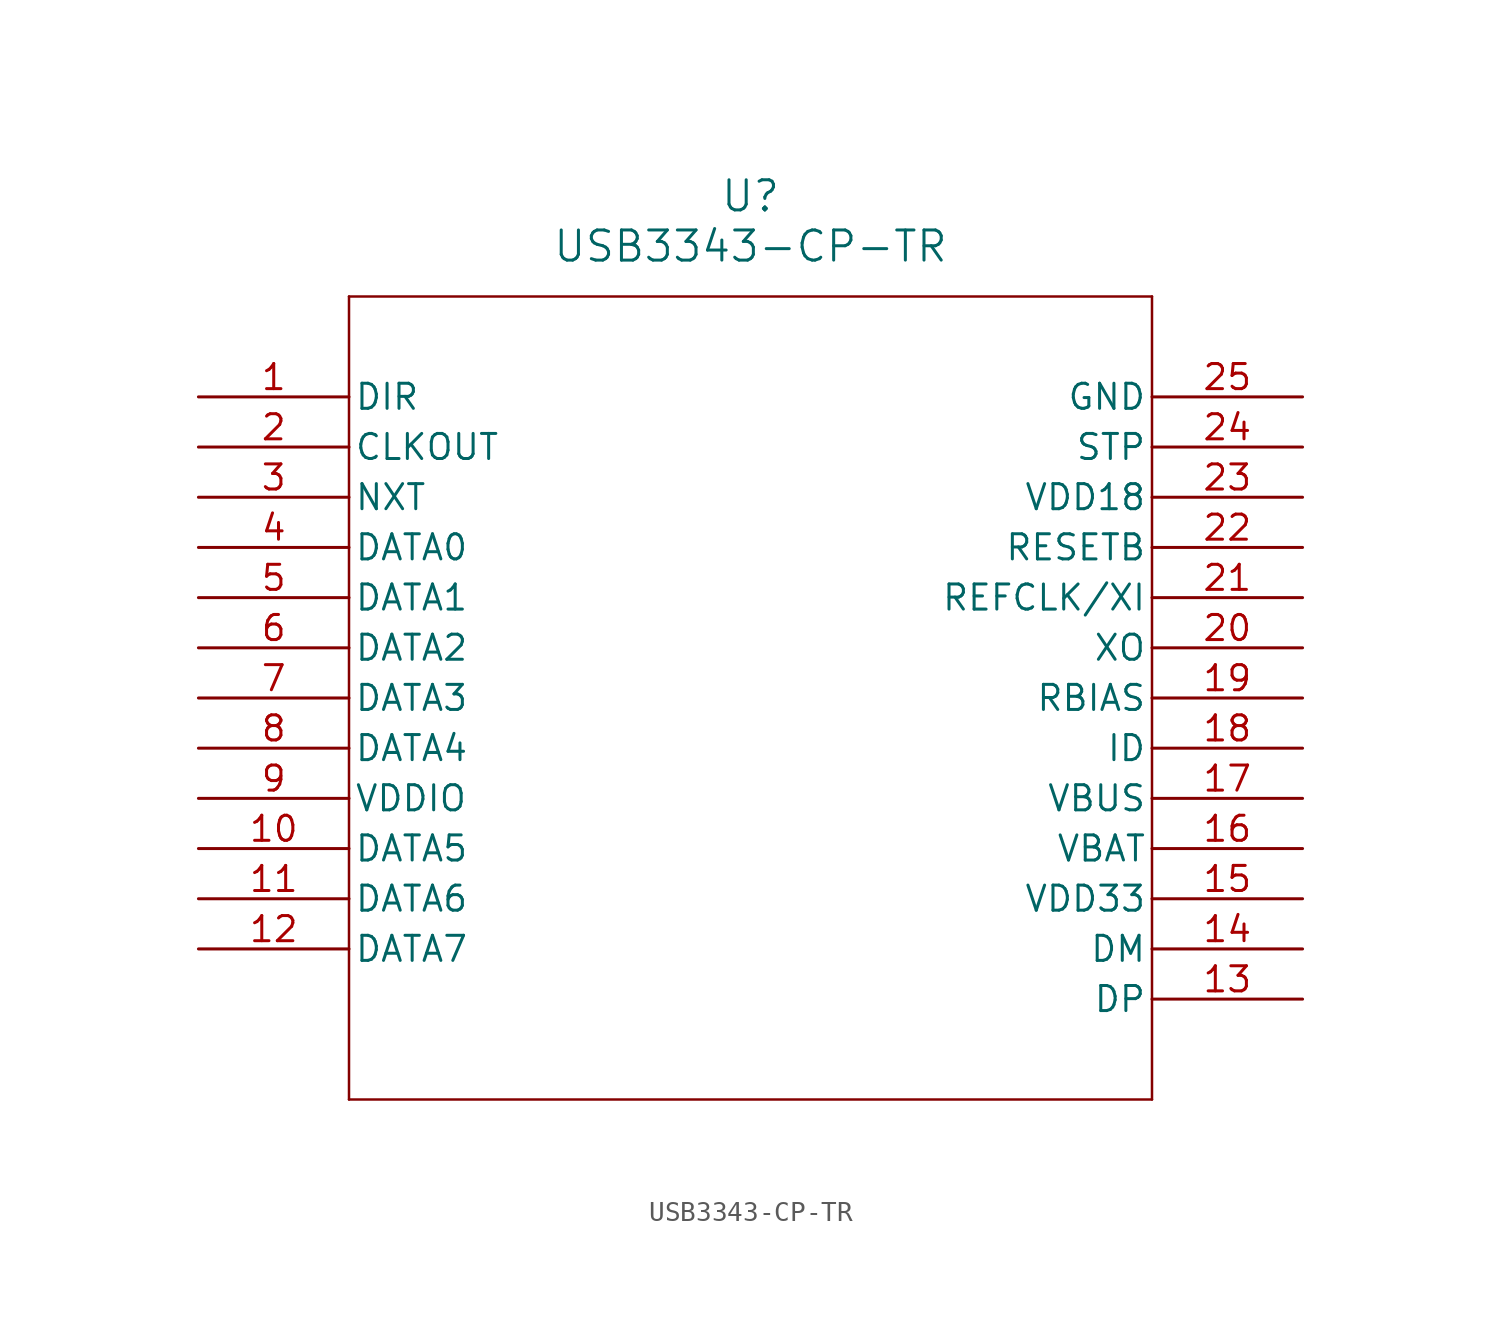
<source format=kicad_sym>
(kicad_symbol_lib
  (version 20211014)
  (generator kicad_symbol_editor)
  (symbol "USB3343-CP-TR"
    (pin_names
      (offset 0.254))
    (property "Reference" "U"
      (at 27.94 10.16 0)
      (effects (font (size 1.524 1.524))))
    (property "Value" "USB3343-CP-TR"
      (at 27.94 7.62 0)
      (effects (font (size 1.524 1.524))))
    (symbol "USB3343-CP-TR_0_1"
      (polyline (pts (xy 7.62 5.08) (xy 7.62 -35.56)) (stroke (width 0.127) (type default) (color 0 0 0 0)) (fill (type none)))
      (polyline (pts (xy 7.62 -35.56) (xy 48.26 -35.56)) (stroke (width 0.127) (type default) (color 0 0 0 0)) (fill (type none)))
      (polyline (pts (xy 48.26 -35.56) (xy 48.26 5.08)) (stroke (width 0.127) (type default) (color 0 0 0 0)) (fill (type none)))
      (polyline (pts (xy 48.26 5.08) (xy 7.62 5.08)) (stroke (width 0.127) (type default) (color 0 0 0 0)) (fill (type none)))
      (pin output line (at 0 0 0) (length 7.62) (name "DIR" (effects (font (size 1.27 1.27)))) (number "1" (effects (font (size 1.27 1.27)))))
      (pin output line (at 0 -2.54 0) (length 7.62) (name "CLKOUT" (effects (font (size 1.27 1.27)))) (number "2" (effects (font (size 1.27 1.27)))))
      (pin output line (at 0 -5.08 0) (length 7.62) (name "NXT" (effects (font (size 1.27 1.27)))) (number "3" (effects (font (size 1.27 1.27)))))
      (pin bidirectional line (at 0 -7.62 0) (length 7.62) (name "DATA0" (effects (font (size 1.27 1.27)))) (number "4" (effects (font (size 1.27 1.27)))))
      (pin bidirectional line (at 0 -10.16 0) (length 7.62) (name "DATA1" (effects (font (size 1.27 1.27)))) (number "5" (effects (font (size 1.27 1.27)))))
      (pin bidirectional line (at 0 -12.7 0) (length 7.62) (name "DATA2" (effects (font (size 1.27 1.27)))) (number "6" (effects (font (size 1.27 1.27)))))
      (pin bidirectional line (at 0 -15.24 0) (length 7.62) (name "DATA3" (effects (font (size 1.27 1.27)))) (number "7" (effects (font (size 1.27 1.27)))))
      (pin bidirectional line (at 0 -17.78 0) (length 7.62) (name "DATA4" (effects (font (size 1.27 1.27)))) (number "8" (effects (font (size 1.27 1.27)))))
      (pin power_in line (at 0 -20.32 0) (length 7.62) (name "VDDIO" (effects (font (size 1.27 1.27)))) (number "9" (effects (font (size 1.27 1.27)))))
      (pin bidirectional line (at 0 -22.86 0) (length 7.62) (name "DATA5" (effects (font (size 1.27 1.27)))) (number "10" (effects (font (size 1.27 1.27)))))
      (pin bidirectional line (at 0 -25.4 0) (length 7.62) (name "DATA6" (effects (font (size 1.27 1.27)))) (number "11" (effects (font (size 1.27 1.27)))))
      (pin bidirectional line (at 0 -27.94 0) (length 7.62) (name "DATA7" (effects (font (size 1.27 1.27)))) (number "12" (effects (font (size 1.27 1.27)))))
      (pin bidirectional line (at 55.88 -30.48 180) (length 7.62) (name "DP" (effects (font (size 1.27 1.27)))) (number "13" (effects (font (size 1.27 1.27)))))
      (pin bidirectional line (at 55.88 -27.94 180) (length 7.62) (name "DM" (effects (font (size 1.27 1.27)))) (number "14" (effects (font (size 1.27 1.27)))))
      (pin power_in line (at 55.88 -25.4 180) (length 7.62) (name "VDD33" (effects (font (size 1.27 1.27)))) (number "15" (effects (font (size 1.27 1.27)))))
      (pin power_in line (at 55.88 -22.86 180) (length 7.62) (name "VBAT" (effects (font (size 1.27 1.27)))) (number "16" (effects (font (size 1.27 1.27)))))
      (pin bidirectional line (at 55.88 -20.32 180) (length 7.62) (name "VBUS" (effects (font (size 1.27 1.27)))) (number "17" (effects (font (size 1.27 1.27)))))
      (pin input line (at 55.88 -17.78 180) (length 7.62) (name "ID" (effects (font (size 1.27 1.27)))) (number "18" (effects (font (size 1.27 1.27)))))
      (pin unspecified line (at 55.88 -15.24 180) (length 7.62) (name "RBIAS" (effects (font (size 1.27 1.27)))) (number "19" (effects (font (size 1.27 1.27)))))
      (pin output line (at 55.88 -12.7 180) (length 7.62) (name "XO" (effects (font (size 1.27 1.27)))) (number "20" (effects (font (size 1.27 1.27)))))
      (pin input line (at 55.88 -10.16 180) (length 7.62) (name "REFCLK/XI" (effects (font (size 1.27 1.27)))) (number "21" (effects (font (size 1.27 1.27)))))
      (pin input line (at 55.88 -7.62 180) (length 7.62) (name "RESETB" (effects (font (size 1.27 1.27)))) (number "22" (effects (font (size 1.27 1.27)))))
      (pin power_in line (at 55.88 -5.08 180) (length 7.62) (name "VDD18" (effects (font (size 1.27 1.27)))) (number "23" (effects (font (size 1.27 1.27)))))
      (pin input line (at 55.88 -2.54 180) (length 7.62) (name "STP" (effects (font (size 1.27 1.27)))) (number "24" (effects (font (size 1.27 1.27)))))
      (pin power_out line (at 55.88 0 180) (length 7.62) (name "GND" (effects (font (size 1.27 1.27)))) (number "25" (effects (font (size 1.27 1.27))))))))
</source>
